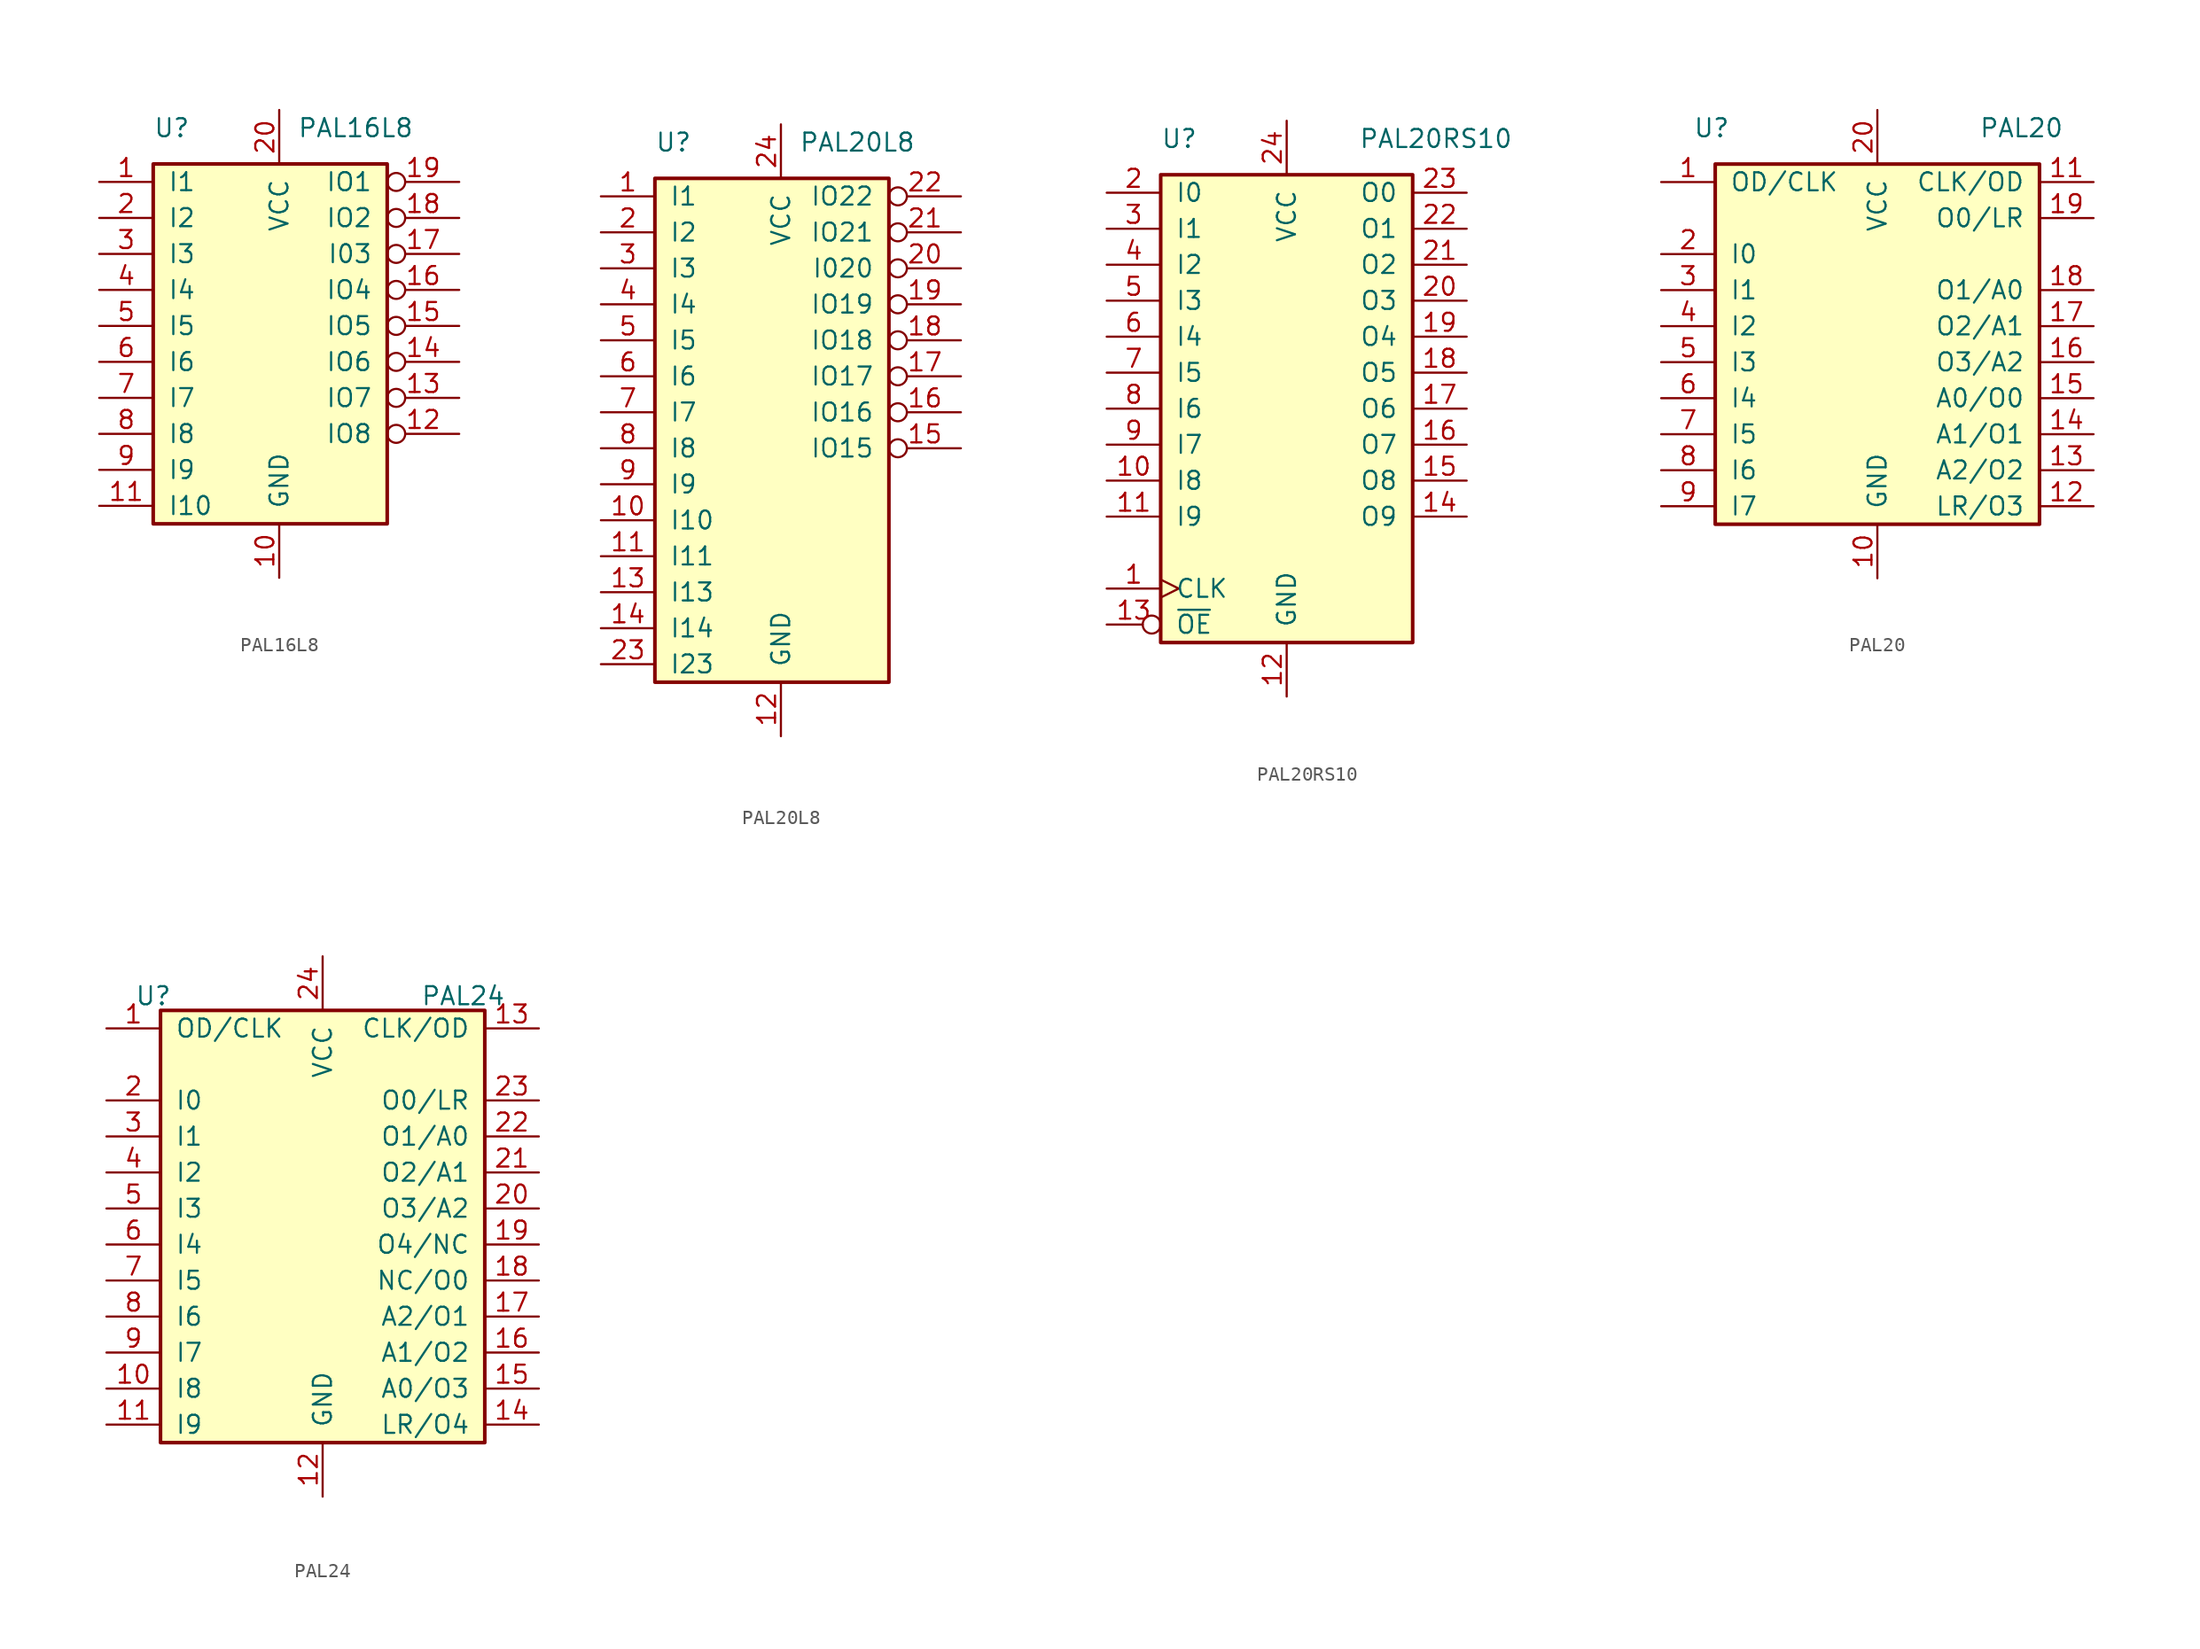
<source format=kicad_sym>
(kicad_symbol_lib
  (version 20201005)
  (generator kicad_symbol_editor)
  (symbol "PAL16L8"
    (pin_names
      (offset 1.016))
    (property "Reference" "U"
      (at -8.89 16.51 0)
      (effects (font (size 1.27 1.27)) (justify left)))
    (property "Value" "PAL16L8"
      (at 1.27 16.51 0)
      (effects (font (size 1.27 1.27)) (justify left)))
    (symbol "PAL16L8_0_0"
      (pin power_in line (at 0 -15.24 90) (length 3.81) (name "GND" (effects (font (size 1.27 1.27)))) (number "10" (effects (font (size 1.27 1.27)))))
      (pin power_in line (at 0 17.78 270) (length 3.81) (name "VCC" (effects (font (size 1.27 1.27)))) (number "20" (effects (font (size 1.27 1.27))))))
    (symbol "PAL16L8_0_1"
      (rectangle (start -8.89 13.97) (end 7.62 -11.43) (stroke (width 0.254)) (fill (type background))))
    (symbol "PAL16L8_1_1"
      (pin input line (at -12.7 12.7 0) (length 3.81) (name "I1" (effects (font (size 1.27 1.27)))) (number "1" (effects (font (size 1.27 1.27)))))
      (pin input line (at -12.7 -10.16 0) (length 3.81) (name "I10" (effects (font (size 1.27 1.27)))) (number "11" (effects (font (size 1.27 1.27)))))
      (pin tri_state inverted (at 12.7 -5.08 180) (length 5.08) (name "IO8" (effects (font (size 1.27 1.27)))) (number "12" (effects (font (size 1.27 1.27)))))
      (pin tri_state inverted (at 12.7 -2.54 180) (length 5.08) (name "IO7" (effects (font (size 1.27 1.27)))) (number "13" (effects (font (size 1.27 1.27)))))
      (pin tri_state inverted (at 12.7 0 180) (length 5.08) (name "IO6" (effects (font (size 1.27 1.27)))) (number "14" (effects (font (size 1.27 1.27)))))
      (pin tri_state inverted (at 12.7 2.54 180) (length 5.08) (name "IO5" (effects (font (size 1.27 1.27)))) (number "15" (effects (font (size 1.27 1.27)))))
      (pin tri_state inverted (at 12.7 5.08 180) (length 5.08) (name "IO4" (effects (font (size 1.27 1.27)))) (number "16" (effects (font (size 1.27 1.27)))))
      (pin tri_state inverted (at 12.7 7.62 180) (length 5.08) (name "I03" (effects (font (size 1.27 1.27)))) (number "17" (effects (font (size 1.27 1.27)))))
      (pin tri_state inverted (at 12.7 10.16 180) (length 5.08) (name "IO2" (effects (font (size 1.27 1.27)))) (number "18" (effects (font (size 1.27 1.27)))))
      (pin tri_state inverted (at 12.7 12.7 180) (length 5.08) (name "IO1" (effects (font (size 1.27 1.27)))) (number "19" (effects (font (size 1.27 1.27)))))
      (pin input line (at -12.7 10.16 0) (length 3.81) (name "I2" (effects (font (size 1.27 1.27)))) (number "2" (effects (font (size 1.27 1.27)))))
      (pin input line (at -12.7 7.62 0) (length 3.81) (name "I3" (effects (font (size 1.27 1.27)))) (number "3" (effects (font (size 1.27 1.27)))))
      (pin input line (at -12.7 5.08 0) (length 3.81) (name "I4" (effects (font (size 1.27 1.27)))) (number "4" (effects (font (size 1.27 1.27)))))
      (pin input line (at -12.7 2.54 0) (length 3.81) (name "I5" (effects (font (size 1.27 1.27)))) (number "5" (effects (font (size 1.27 1.27)))))
      (pin input line (at -12.7 0 0) (length 3.81) (name "I6" (effects (font (size 1.27 1.27)))) (number "6" (effects (font (size 1.27 1.27)))))
      (pin input line (at -12.7 -2.54 0) (length 3.81) (name "I7" (effects (font (size 1.27 1.27)))) (number "7" (effects (font (size 1.27 1.27)))))
      (pin input line (at -12.7 -5.08 0) (length 3.81) (name "I8" (effects (font (size 1.27 1.27)))) (number "8" (effects (font (size 1.27 1.27)))))
      (pin input line (at -12.7 -7.62 0) (length 3.81) (name "I9" (effects (font (size 1.27 1.27)))) (number "9" (effects (font (size 1.27 1.27)))))))
  (symbol "PAL20L8"
    (pin_names
      (offset 1.016))
    (property "Reference" "U"
      (at -8.89 21.59 0)
      (effects (font (size 1.27 1.27)) (justify left)))
    (property "Value" "PAL20L8"
      (at 1.27 21.59 0)
      (effects (font (size 1.27 1.27)) (justify left)))
    (symbol "PAL20L8_0_0"
      (pin power_in line (at 0 -20.32 90) (length 3.81) (name "GND" (effects (font (size 1.27 1.27)))) (number "12" (effects (font (size 1.27 1.27)))))
      (pin power_in line (at 0 22.86 270) (length 3.81) (name "VCC" (effects (font (size 1.27 1.27)))) (number "24" (effects (font (size 1.27 1.27))))))
    (symbol "PAL20L8_0_1"
      (rectangle (start -8.89 19.05) (end 7.62 -16.51) (stroke (width 0.254)) (fill (type background))))
    (symbol "PAL20L8_1_1"
      (pin input line (at -12.7 17.78 0) (length 3.81) (name "I1" (effects (font (size 1.27 1.27)))) (number "1" (effects (font (size 1.27 1.27)))))
      (pin input line (at -12.7 -5.08 0) (length 3.81) (name "I10" (effects (font (size 1.27 1.27)))) (number "10" (effects (font (size 1.27 1.27)))))
      (pin input line (at -12.7 -7.62 0) (length 3.81) (name "I11" (effects (font (size 1.27 1.27)))) (number "11" (effects (font (size 1.27 1.27)))))
      (pin input line (at -12.7 -10.16 0) (length 3.81) (name "I13" (effects (font (size 1.27 1.27)))) (number "13" (effects (font (size 1.27 1.27)))))
      (pin input line (at -12.7 -12.7 0) (length 3.81) (name "I14" (effects (font (size 1.27 1.27)))) (number "14" (effects (font (size 1.27 1.27)))))
      (pin tri_state inverted (at 12.7 0 180) (length 5.08) (name "IO15" (effects (font (size 1.27 1.27)))) (number "15" (effects (font (size 1.27 1.27)))))
      (pin tri_state inverted (at 12.7 2.54 180) (length 5.08) (name "IO16" (effects (font (size 1.27 1.27)))) (number "16" (effects (font (size 1.27 1.27)))))
      (pin tri_state inverted (at 12.7 5.08 180) (length 5.08) (name "IO17" (effects (font (size 1.27 1.27)))) (number "17" (effects (font (size 1.27 1.27)))))
      (pin tri_state inverted (at 12.7 7.62 180) (length 5.08) (name "IO18" (effects (font (size 1.27 1.27)))) (number "18" (effects (font (size 1.27 1.27)))))
      (pin tri_state inverted (at 12.7 10.16 180) (length 5.08) (name "IO19" (effects (font (size 1.27 1.27)))) (number "19" (effects (font (size 1.27 1.27)))))
      (pin input line (at -12.7 15.24 0) (length 3.81) (name "I2" (effects (font (size 1.27 1.27)))) (number "2" (effects (font (size 1.27 1.27)))))
      (pin tri_state inverted (at 12.7 12.7 180) (length 5.08) (name "I020" (effects (font (size 1.27 1.27)))) (number "20" (effects (font (size 1.27 1.27)))))
      (pin tri_state inverted (at 12.7 15.24 180) (length 5.08) (name "IO21" (effects (font (size 1.27 1.27)))) (number "21" (effects (font (size 1.27 1.27)))))
      (pin tri_state inverted (at 12.7 17.78 180) (length 5.08) (name "IO22" (effects (font (size 1.27 1.27)))) (number "22" (effects (font (size 1.27 1.27)))))
      (pin input line (at -12.7 -15.24 0) (length 3.81) (name "I23" (effects (font (size 1.27 1.27)))) (number "23" (effects (font (size 1.27 1.27)))))
      (pin input line (at -12.7 12.7 0) (length 3.81) (name "I3" (effects (font (size 1.27 1.27)))) (number "3" (effects (font (size 1.27 1.27)))))
      (pin input line (at -12.7 10.16 0) (length 3.81) (name "I4" (effects (font (size 1.27 1.27)))) (number "4" (effects (font (size 1.27 1.27)))))
      (pin input line (at -12.7 7.62 0) (length 3.81) (name "I5" (effects (font (size 1.27 1.27)))) (number "5" (effects (font (size 1.27 1.27)))))
      (pin input line (at -12.7 5.08 0) (length 3.81) (name "I6" (effects (font (size 1.27 1.27)))) (number "6" (effects (font (size 1.27 1.27)))))
      (pin input line (at -12.7 2.54 0) (length 3.81) (name "I7" (effects (font (size 1.27 1.27)))) (number "7" (effects (font (size 1.27 1.27)))))
      (pin input line (at -12.7 0 0) (length 3.81) (name "I8" (effects (font (size 1.27 1.27)))) (number "8" (effects (font (size 1.27 1.27)))))
      (pin input line (at -12.7 -2.54 0) (length 3.81) (name "I9" (effects (font (size 1.27 1.27)))) (number "9" (effects (font (size 1.27 1.27)))))))
  (symbol "PAL20RS10"
    (pin_names
      (offset 1.016))
    (property "Reference" "U"
      (at -8.89 19.05 0)
      (effects (font (size 1.27 1.27)) (justify left)))
    (property "Value" "PAL20RS10"
      (at 5.08 19.05 0)
      (effects (font (size 1.27 1.27)) (justify left)))
    (symbol "PAL20RS10_0_1"
      (rectangle (start -8.89 -16.51) (end 8.89 16.51) (stroke (width 0.254)) (fill (type background))))
    (symbol "PAL20RS10_1_1"
      (pin input clock (at -12.7 -12.7 0) (length 3.81) (name "CLK" (effects (font (size 1.27 1.27)))) (number "1" (effects (font (size 1.27 1.27)))))
      (pin input line (at -12.7 -5.08 0) (length 3.81) (name "I8" (effects (font (size 1.27 1.27)))) (number "10" (effects (font (size 1.27 1.27)))))
      (pin input line (at -12.7 -7.62 0) (length 3.81) (name "I9" (effects (font (size 1.27 1.27)))) (number "11" (effects (font (size 1.27 1.27)))))
      (pin power_in line (at 0 -20.32 90) (length 3.81) (name "GND" (effects (font (size 1.27 1.27)))) (number "12" (effects (font (size 1.27 1.27)))))
      (pin input inverted (at -12.7 -15.24 0) (length 3.81) (name "~OE~" (effects (font (size 1.27 1.27)))) (number "13" (effects (font (size 1.27 1.27)))))
      (pin output line (at 12.7 -7.62 180) (length 3.81) (name "O9" (effects (font (size 1.27 1.27)))) (number "14" (effects (font (size 1.27 1.27)))))
      (pin output line (at 12.7 -5.08 180) (length 3.81) (name "O8" (effects (font (size 1.27 1.27)))) (number "15" (effects (font (size 1.27 1.27)))))
      (pin output line (at 12.7 -2.54 180) (length 3.81) (name "O7" (effects (font (size 1.27 1.27)))) (number "16" (effects (font (size 1.27 1.27)))))
      (pin output line (at 12.7 0 180) (length 3.81) (name "O6" (effects (font (size 1.27 1.27)))) (number "17" (effects (font (size 1.27 1.27)))))
      (pin output line (at 12.7 2.54 180) (length 3.81) (name "O5" (effects (font (size 1.27 1.27)))) (number "18" (effects (font (size 1.27 1.27)))))
      (pin output line (at 12.7 5.08 180) (length 3.81) (name "O4" (effects (font (size 1.27 1.27)))) (number "19" (effects (font (size 1.27 1.27)))))
      (pin input line (at -12.7 15.24 0) (length 3.81) (name "I0" (effects (font (size 1.27 1.27)))) (number "2" (effects (font (size 1.27 1.27)))))
      (pin output line (at 12.7 7.62 180) (length 3.81) (name "O3" (effects (font (size 1.27 1.27)))) (number "20" (effects (font (size 1.27 1.27)))))
      (pin output line (at 12.7 10.16 180) (length 3.81) (name "O2" (effects (font (size 1.27 1.27)))) (number "21" (effects (font (size 1.27 1.27)))))
      (pin output line (at 12.7 12.7 180) (length 3.81) (name "O1" (effects (font (size 1.27 1.27)))) (number "22" (effects (font (size 1.27 1.27)))))
      (pin output line (at 12.7 15.24 180) (length 3.81) (name "O0" (effects (font (size 1.27 1.27)))) (number "23" (effects (font (size 1.27 1.27)))))
      (pin power_in line (at 0 20.32 270) (length 3.81) (name "VCC" (effects (font (size 1.27 1.27)))) (number "24" (effects (font (size 1.27 1.27)))))
      (pin input line (at -12.7 12.7 0) (length 3.81) (name "I1" (effects (font (size 1.27 1.27)))) (number "3" (effects (font (size 1.27 1.27)))))
      (pin input line (at -12.7 10.16 0) (length 3.81) (name "I2" (effects (font (size 1.27 1.27)))) (number "4" (effects (font (size 1.27 1.27)))))
      (pin input line (at -12.7 7.62 0) (length 3.81) (name "I3" (effects (font (size 1.27 1.27)))) (number "5" (effects (font (size 1.27 1.27)))))
      (pin input line (at -12.7 5.08 0) (length 3.81) (name "I4" (effects (font (size 1.27 1.27)))) (number "6" (effects (font (size 1.27 1.27)))))
      (pin input line (at -12.7 2.54 0) (length 3.81) (name "I5" (effects (font (size 1.27 1.27)))) (number "7" (effects (font (size 1.27 1.27)))))
      (pin input line (at -12.7 0 0) (length 3.81) (name "I6" (effects (font (size 1.27 1.27)))) (number "8" (effects (font (size 1.27 1.27)))))
      (pin input line (at -12.7 -2.54 0) (length 3.81) (name "I7" (effects (font (size 1.27 1.27)))) (number "9" (effects (font (size 1.27 1.27)))))))
  (symbol "PAL20"
    (pin_names
      (offset 1.016))
    (property "Reference" "U"
      (at -11.684 16.51 0)
      (effects (font (size 1.27 1.27))))
    (property "Value" "PAL20"
      (at 10.16 16.51 0)
      (effects (font (size 1.27 1.27))))
    (symbol "PAL20_0_1"
      (rectangle (start -11.43 -11.43) (end 11.43 13.97) (stroke (width 0.254)) (fill (type background))))
    (symbol "PAL20_1_1"
      (pin passive line (at -15.24 12.7 0) (length 3.81) (name "OD/CLK" (effects (font (size 1.27 1.27)))) (number "1" (effects (font (size 1.27 1.27)))))
      (pin passive line (at 0 -15.24 90) (length 3.81) (name "GND" (effects (font (size 1.27 1.27)))) (number "10" (effects (font (size 1.27 1.27)))))
      (pin passive line (at 15.24 12.7 180) (length 3.81) (name "CLK/OD" (effects (font (size 1.27 1.27)))) (number "11" (effects (font (size 1.27 1.27)))))
      (pin passive line (at 15.24 -10.16 180) (length 3.81) (name "LR/O3" (effects (font (size 1.27 1.27)))) (number "12" (effects (font (size 1.27 1.27)))))
      (pin passive line (at 15.24 -7.62 180) (length 3.81) (name "A2/O2" (effects (font (size 1.27 1.27)))) (number "13" (effects (font (size 1.27 1.27)))))
      (pin passive line (at 15.24 -5.08 180) (length 3.81) (name "A1/O1" (effects (font (size 1.27 1.27)))) (number "14" (effects (font (size 1.27 1.27)))))
      (pin passive line (at 15.24 -2.54 180) (length 3.81) (name "A0/O0" (effects (font (size 1.27 1.27)))) (number "15" (effects (font (size 1.27 1.27)))))
      (pin passive line (at 15.24 0 180) (length 3.81) (name "O3/A2" (effects (font (size 1.27 1.27)))) (number "16" (effects (font (size 1.27 1.27)))))
      (pin passive line (at 15.24 2.54 180) (length 3.81) (name "O2/A1" (effects (font (size 1.27 1.27)))) (number "17" (effects (font (size 1.27 1.27)))))
      (pin passive line (at 15.24 5.08 180) (length 3.81) (name "O1/A0" (effects (font (size 1.27 1.27)))) (number "18" (effects (font (size 1.27 1.27)))))
      (pin passive line (at 15.24 10.16 180) (length 3.81) (name "O0/LR" (effects (font (size 1.27 1.27)))) (number "19" (effects (font (size 1.27 1.27)))))
      (pin passive line (at -15.24 7.62 0) (length 3.81) (name "I0" (effects (font (size 1.27 1.27)))) (number "2" (effects (font (size 1.27 1.27)))))
      (pin passive line (at 0 17.78 270) (length 3.81) (name "VCC" (effects (font (size 1.27 1.27)))) (number "20" (effects (font (size 1.27 1.27)))))
      (pin passive line (at -15.24 5.08 0) (length 3.81) (name "I1" (effects (font (size 1.27 1.27)))) (number "3" (effects (font (size 1.27 1.27)))))
      (pin passive line (at -15.24 2.54 0) (length 3.81) (name "I2" (effects (font (size 1.27 1.27)))) (number "4" (effects (font (size 1.27 1.27)))))
      (pin passive line (at -15.24 0 0) (length 3.81) (name "I3" (effects (font (size 1.27 1.27)))) (number "5" (effects (font (size 1.27 1.27)))))
      (pin passive line (at -15.24 -2.54 0) (length 3.81) (name "I4" (effects (font (size 1.27 1.27)))) (number "6" (effects (font (size 1.27 1.27)))))
      (pin passive line (at -15.24 -5.08 0) (length 3.81) (name "I5" (effects (font (size 1.27 1.27)))) (number "7" (effects (font (size 1.27 1.27)))))
      (pin passive line (at -15.24 -7.62 0) (length 3.81) (name "I6" (effects (font (size 1.27 1.27)))) (number "8" (effects (font (size 1.27 1.27)))))
      (pin passive line (at -15.24 -10.16 0) (length 3.81) (name "I7" (effects (font (size 1.27 1.27)))) (number "9" (effects (font (size 1.27 1.27)))))))
  (symbol "PAL24"
    (pin_names
      (offset 1.016))
    (property "Reference" "U"
      (at -11.938 17.526 0)
      (effects (font (size 1.27 1.27))))
    (property "Value" "PAL24"
      (at 9.906 17.526 0)
      (effects (font (size 1.27 1.27))))
    (symbol "PAL24_0_1"
      (rectangle (start -11.43 -13.97) (end 11.43 16.51) (stroke (width 0.254)) (fill (type background))))
    (symbol "PAL24_1_1"
      (pin passive line (at -15.24 15.24 0) (length 3.81) (name "OD/CLK" (effects (font (size 1.27 1.27)))) (number "1" (effects (font (size 1.27 1.27)))))
      (pin passive line (at -15.24 -10.16 0) (length 3.81) (name "I8" (effects (font (size 1.27 1.27)))) (number "10" (effects (font (size 1.27 1.27)))))
      (pin passive line (at -15.24 -12.7 0) (length 3.81) (name "I9" (effects (font (size 1.27 1.27)))) (number "11" (effects (font (size 1.27 1.27)))))
      (pin passive line (at 0 -17.78 90) (length 3.81) (name "GND" (effects (font (size 1.27 1.27)))) (number "12" (effects (font (size 1.27 1.27)))))
      (pin passive line (at 15.24 15.24 180) (length 3.81) (name "CLK/OD" (effects (font (size 1.27 1.27)))) (number "13" (effects (font (size 1.27 1.27)))))
      (pin passive line (at 15.24 -12.7 180) (length 3.81) (name "LR/O4" (effects (font (size 1.27 1.27)))) (number "14" (effects (font (size 1.27 1.27)))))
      (pin passive line (at 15.24 -10.16 180) (length 3.81) (name "A0/O3" (effects (font (size 1.27 1.27)))) (number "15" (effects (font (size 1.27 1.27)))))
      (pin passive line (at 15.24 -7.62 180) (length 3.81) (name "A1/O2" (effects (font (size 1.27 1.27)))) (number "16" (effects (font (size 1.27 1.27)))))
      (pin passive line (at 15.24 -5.08 180) (length 3.81) (name "A2/O1" (effects (font (size 1.27 1.27)))) (number "17" (effects (font (size 1.27 1.27)))))
      (pin passive line (at 15.24 -2.54 180) (length 3.81) (name "NC/O0" (effects (font (size 1.27 1.27)))) (number "18" (effects (font (size 1.27 1.27)))))
      (pin passive line (at 15.24 0 180) (length 3.81) (name "O4/NC" (effects (font (size 1.27 1.27)))) (number "19" (effects (font (size 1.27 1.27)))))
      (pin passive line (at -15.24 10.16 0) (length 3.81) (name "I0" (effects (font (size 1.27 1.27)))) (number "2" (effects (font (size 1.27 1.27)))))
      (pin passive line (at 15.24 2.54 180) (length 3.81) (name "O3/A2" (effects (font (size 1.27 1.27)))) (number "20" (effects (font (size 1.27 1.27)))))
      (pin passive line (at 15.24 5.08 180) (length 3.81) (name "O2/A1" (effects (font (size 1.27 1.27)))) (number "21" (effects (font (size 1.27 1.27)))))
      (pin passive line (at 15.24 7.62 180) (length 3.81) (name "O1/A0" (effects (font (size 1.27 1.27)))) (number "22" (effects (font (size 1.27 1.27)))))
      (pin passive line (at 15.24 10.16 180) (length 3.81) (name "O0/LR" (effects (font (size 1.27 1.27)))) (number "23" (effects (font (size 1.27 1.27)))))
      (pin passive line (at 0 20.32 270) (length 3.81) (name "VCC" (effects (font (size 1.27 1.27)))) (number "24" (effects (font (size 1.27 1.27)))))
      (pin passive line (at -15.24 7.62 0) (length 3.81) (name "I1" (effects (font (size 1.27 1.27)))) (number "3" (effects (font (size 1.27 1.27)))))
      (pin passive line (at -15.24 5.08 0) (length 3.81) (name "I2" (effects (font (size 1.27 1.27)))) (number "4" (effects (font (size 1.27 1.27)))))
      (pin passive line (at -15.24 2.54 0) (length 3.81) (name "I3" (effects (font (size 1.27 1.27)))) (number "5" (effects (font (size 1.27 1.27)))))
      (pin passive line (at -15.24 0 0) (length 3.81) (name "I4" (effects (font (size 1.27 1.27)))) (number "6" (effects (font (size 1.27 1.27)))))
      (pin passive line (at -15.24 -2.54 0) (length 3.81) (name "I5" (effects (font (size 1.27 1.27)))) (number "7" (effects (font (size 1.27 1.27)))))
      (pin passive line (at -15.24 -5.08 0) (length 3.81) (name "I6" (effects (font (size 1.27 1.27)))) (number "8" (effects (font (size 1.27 1.27)))))
      (pin passive line (at -15.24 -7.62 0) (length 3.81) (name "I7" (effects (font (size 1.27 1.27)))) (number "9" (effects (font (size 1.27 1.27))))))))
</source>
